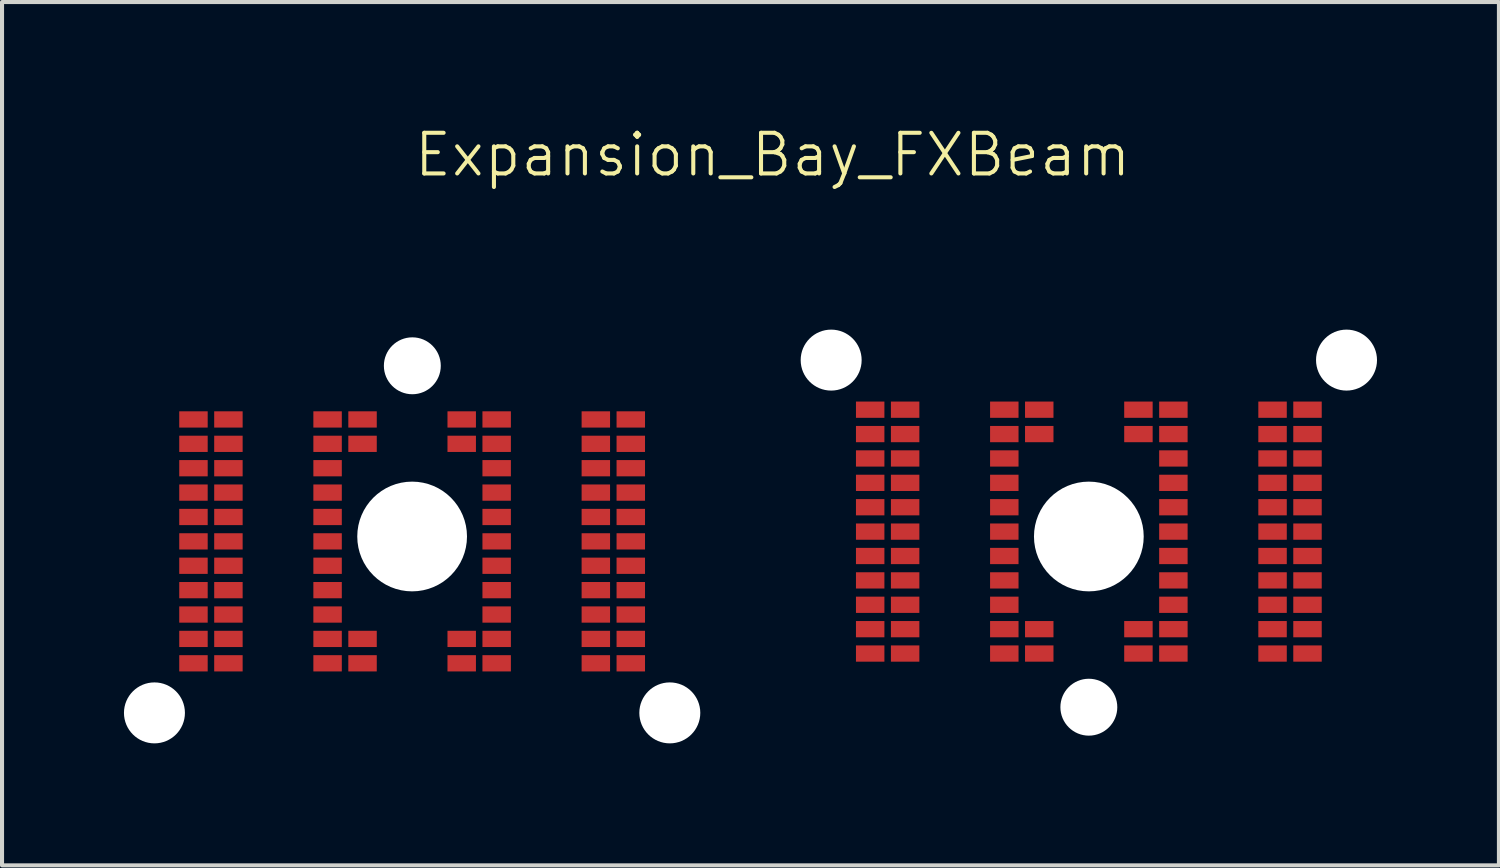
<source format=kicad_pcb>
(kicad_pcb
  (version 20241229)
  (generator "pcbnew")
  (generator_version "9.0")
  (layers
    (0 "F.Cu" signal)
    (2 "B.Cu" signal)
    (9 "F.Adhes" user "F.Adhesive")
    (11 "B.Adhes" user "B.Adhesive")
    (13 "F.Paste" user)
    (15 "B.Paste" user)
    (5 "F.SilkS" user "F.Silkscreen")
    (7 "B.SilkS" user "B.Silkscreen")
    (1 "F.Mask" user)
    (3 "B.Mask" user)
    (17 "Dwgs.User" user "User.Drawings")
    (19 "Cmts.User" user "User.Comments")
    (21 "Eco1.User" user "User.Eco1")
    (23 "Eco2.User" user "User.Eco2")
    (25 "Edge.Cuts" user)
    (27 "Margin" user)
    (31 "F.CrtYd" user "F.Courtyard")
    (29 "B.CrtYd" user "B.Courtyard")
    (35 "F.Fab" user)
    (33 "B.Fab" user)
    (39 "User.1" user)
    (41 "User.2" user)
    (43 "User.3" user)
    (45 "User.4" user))
  (footprint "Expansion_Bay_FXBeam"
    (layer "F.Cu")
    (at 15.42 10.15)
    (property "Reference" "Expansion_Bay_FXBeam" (at 0.54 -9.39 0) (unlocked yes) (layer "F.SilkS") (effects (font (size 1 1) (thickness 0.1))))
    (attr smd)
    (pad "" np_thru_hole circle (at -14.67 4.34) (size 1.5 1.5) (drill 1.5) (layers "*.Cu" "*.Mask"))
    (pad "" np_thru_hole circle (at -8.33 0) (size 2.7 2.7) (drill 2.7) (layers "*.Cu" "*.Mask"))
    (pad "" np_thru_hole circle (at -8.325 -4.2) (size 1.4 1.4) (drill 1.4) (layers "*.Cu" "*.Mask"))
    (pad "" np_thru_hole circle (at -1.99 4.34) (size 1.5 1.5) (drill 1.5) (layers "*.Cu" "*.Mask"))
    (pad "" np_thru_hole circle (at 1.98 -4.34) (size 1.5 1.5) (drill 1.5) (layers "*.Cu" "*.Mask"))
    (pad "" np_thru_hole circle (at 8.32 0) (size 2.7 2.7) (drill 2.7) (layers "*.Cu" "*.Mask"))
    (pad "" np_thru_hole circle (at 8.32 4.2) (size 1.4 1.4) (drill 1.4) (layers "*.Cu" "*.Mask"))
    (pad "" np_thru_hole circle (at 14.66 -4.34) (size 1.5 1.5) (drill 1.5) (layers "*.Cu" "*.Mask"))
    (pad "PA1" smd rect (at -2.95 -2.88) (size 0.7 0.4) (layers "F.Cu" "F.Mask" "F.Paste"))
    (pad "PA2" smd rect (at -3.81 -2.88) (size 0.7 0.4) (layers "F.Cu" "F.Mask" "F.Paste"))
    (pad "PA3" smd rect (at -6.25 -2.88) (size 0.7 0.4) (layers "F.Cu" "F.Mask" "F.Paste"))
    (pad "PA4" smd rect (at -7.11 -2.88) (size 0.7 0.4) (layers "F.Cu" "F.Mask" "F.Paste"))
    (pad "PA5" smd rect (at -9.55 -2.88 180) (size 0.7 0.4) (layers "F.Cu" "F.Mask" "F.Paste"))
    (pad "PA6" smd rect (at -10.41 -2.88 180) (size 0.7 0.4) (layers "F.Cu" "F.Mask" "F.Paste"))
    (pad "PA7" smd rect (at -12.85 -2.88) (size 0.7 0.4) (layers "F.Cu" "F.Mask" "F.Paste"))
    (pad "PA8" smd rect (at -13.71 -2.88) (size 0.7 0.4) (layers "F.Cu" "F.Mask" "F.Paste"))
    (pad "PB1" smd rect (at -2.95 -2.28) (size 0.7 0.4) (layers "F.Cu" "F.Mask" "F.Paste"))
    (pad "PB2" smd rect (at -3.81 -2.28) (size 0.7 0.4) (layers "F.Cu" "F.Mask" "F.Paste"))
    (pad "PB3" smd rect (at -6.25 -2.28) (size 0.7 0.4) (layers "F.Cu" "F.Mask" "F.Paste"))
    (pad "PB4" smd rect (at -7.11 -2.28) (size 0.7 0.4) (layers "F.Cu" "F.Mask" "F.Paste"))
    (pad "PB5" smd rect (at -9.55 -2.28 180) (size 0.7 0.4) (layers "F.Cu" "F.Mask" "F.Paste"))
    (pad "PB6" smd rect (at -10.41 -2.28 180) (size 0.7 0.4) (layers "F.Cu" "F.Mask" "F.Paste"))
    (pad "PB7" smd rect (at -12.85 -2.28) (size 0.7 0.4) (layers "F.Cu" "F.Mask" "F.Paste"))
    (pad "PB8" smd rect (at -13.71 -2.28) (size 0.7 0.4) (layers "F.Cu" "F.Mask" "F.Paste"))
    (pad "PC1" smd rect (at -2.95 -1.68) (size 0.7 0.4) (layers "F.Cu" "F.Mask" "F.Paste"))
    (pad "PC2" smd rect (at -3.81 -1.68) (size 0.7 0.4) (layers "F.Cu" "F.Mask" "F.Paste"))
    (pad "PC3" smd rect (at -6.25 -1.68) (size 0.7 0.4) (layers "F.Cu" "F.Mask" "F.Paste"))
    (pad "PC6" smd rect (at -10.41 -1.68 180) (size 0.7 0.4) (layers "F.Cu" "F.Mask" "F.Paste"))
    (pad "PC7" smd rect (at -12.85 -1.68) (size 0.7 0.4) (layers "F.Cu" "F.Mask" "F.Paste"))
    (pad "PC8" smd rect (at -13.71 -1.68) (size 0.7 0.4) (layers "F.Cu" "F.Mask" "F.Paste"))
    (pad "PD1" smd rect (at -2.95 -1.08) (size 0.7 0.4) (layers "F.Cu" "F.Mask" "F.Paste"))
    (pad "PD2" smd rect (at -3.81 -1.08) (size 0.7 0.4) (layers "F.Cu" "F.Mask" "F.Paste"))
    (pad "PD3" smd rect (at -6.25 -1.08) (size 0.7 0.4) (layers "F.Cu" "F.Mask" "F.Paste"))
    (pad "PD6" smd rect (at -10.41 -1.08 180) (size 0.7 0.4) (layers "F.Cu" "F.Mask" "F.Paste"))
    (pad "PD7" smd rect (at -12.85 -1.08) (size 0.7 0.4) (layers "F.Cu" "F.Mask" "F.Paste"))
    (pad "PD8" smd rect (at -13.71 -1.08) (size 0.7 0.4) (layers "F.Cu" "F.Mask" "F.Paste"))
    (pad "PE1" smd rect (at -2.95 -0.48) (size 0.7 0.4) (layers "F.Cu" "F.Mask" "F.Paste"))
    (pad "PE2" smd rect (at -3.81 -0.48) (size 0.7 0.4) (layers "F.Cu" "F.Mask" "F.Paste"))
    (pad "PE3" smd rect (at -6.25 -0.48) (size 0.7 0.4) (layers "F.Cu" "F.Mask" "F.Paste"))
    (pad "PE6" smd rect (at -10.41 -0.48 180) (size 0.7 0.4) (layers "F.Cu" "F.Mask" "F.Paste"))
    (pad "PE7" smd rect (at -12.85 -0.48) (size 0.7 0.4) (layers "F.Cu" "F.Mask" "F.Paste"))
    (pad "PE8" smd rect (at -13.71 -0.48) (size 0.7 0.4) (layers "F.Cu" "F.Mask" "F.Paste"))
    (pad "PF1" smd rect (at -2.95 0.12) (size 0.7 0.4) (layers "F.Cu" "F.Mask" "F.Paste"))
    (pad "PF2" smd rect (at -3.81 0.12) (size 0.7 0.4) (layers "F.Cu" "F.Mask" "F.Paste"))
    (pad "PF3" smd rect (at -6.25 0.12) (size 0.7 0.4) (layers "F.Cu" "F.Mask" "F.Paste"))
    (pad "PF6" smd rect (at -10.41 0.12 180) (size 0.7 0.4) (layers "F.Cu" "F.Mask" "F.Paste"))
    (pad "PF7" smd rect (at -12.85 0.12) (size 0.7 0.4) (layers "F.Cu" "F.Mask" "F.Paste"))
    (pad "PF8" smd rect (at -13.71 0.12) (size 0.7 0.4) (layers "F.Cu" "F.Mask" "F.Paste"))
    (pad "PG1" smd rect (at -2.95 0.72) (size 0.7 0.4) (layers "F.Cu" "F.Mask" "F.Paste"))
    (pad "PG2" smd rect (at -3.81 0.72) (size 0.7 0.4) (layers "F.Cu" "F.Mask" "F.Paste"))
    (pad "PG3" smd rect (at -6.25 0.72) (size 0.7 0.4) (layers "F.Cu" "F.Mask" "F.Paste"))
    (pad "PG6" smd rect (at -10.41 0.72 180) (size 0.7 0.4) (layers "F.Cu" "F.Mask" "F.Paste"))
    (pad "PG7" smd rect (at -12.85 0.72) (size 0.7 0.4) (layers "F.Cu" "F.Mask" "F.Paste"))
    (pad "PG8" smd rect (at -13.71 0.72) (size 0.7 0.4) (layers "F.Cu" "F.Mask" "F.Paste"))
    (pad "PH1" smd rect (at -2.95 1.32) (size 0.7 0.4) (layers "F.Cu" "F.Mask" "F.Paste"))
    (pad "PH2" smd rect (at -3.81 1.32) (size 0.7 0.4) (layers "F.Cu" "F.Mask" "F.Paste"))
    (pad "PH3" smd rect (at -6.25 1.32) (size 0.7 0.4) (layers "F.Cu" "F.Mask" "F.Paste"))
    (pad "PH6" smd rect (at -10.41 1.32 180) (size 0.7 0.4) (layers "F.Cu" "F.Mask" "F.Paste"))
    (pad "PH7" smd rect (at -12.85 1.32) (size 0.7 0.4) (layers "F.Cu" "F.Mask" "F.Paste"))
    (pad "PH8" smd rect (at -13.71 1.32) (size 0.7 0.4) (layers "F.Cu" "F.Mask" "F.Paste"))
    (pad "PJ1" smd rect (at -10.41 1.92 180) (size 0.7 0.4) (layers "F.Cu" "F.Mask" "F.Paste"))
    (pad "PJ1" smd rect (at -2.95 1.92) (size 0.7 0.4) (layers "F.Cu" "F.Mask" "F.Paste"))
    (pad "PJ2" smd rect (at -12.85 1.92) (size 0.7 0.4) (layers "F.Cu" "F.Mask" "F.Paste"))
    (pad "PJ2" smd rect (at -3.81 1.92) (size 0.7 0.4) (layers "F.Cu" "F.Mask" "F.Paste"))
    (pad "PJ3" smd rect (at -13.71 1.92) (size 0.7 0.4) (layers "F.Cu" "F.Mask" "F.Paste"))
    (pad "PJ3" smd rect (at -6.25 1.92) (size 0.7 0.4) (layers "F.Cu" "F.Mask" "F.Paste"))
    (pad "PK1" smd rect (at -2.95 2.52) (size 0.7 0.4) (layers "F.Cu" "F.Mask" "F.Paste"))
    (pad "PK2" smd rect (at -3.81 2.52) (size 0.7 0.4) (layers "F.Cu" "F.Mask" "F.Paste"))
    (pad "PK3" smd rect (at -6.25 2.52) (size 0.7 0.4) (layers "F.Cu" "F.Mask" "F.Paste"))
    (pad "PK4" smd rect (at -7.11 2.52) (size 0.7 0.4) (layers "F.Cu" "F.Mask" "F.Paste"))
    (pad "PK5" smd rect (at -9.55 2.52 180) (size 0.7 0.4) (layers "F.Cu" "F.Mask" "F.Paste"))
    (pad "PK6" smd rect (at -10.41 2.52 180) (size 0.7 0.4) (layers "F.Cu" "F.Mask" "F.Paste"))
    (pad "PK7" smd rect (at -12.85 2.52) (size 0.7 0.4) (layers "F.Cu" "F.Mask" "F.Paste"))
    (pad "PK8" smd rect (at -13.71 2.52) (size 0.7 0.4) (layers "F.Cu" "F.Mask" "F.Paste"))
    (pad "PL1" smd rect (at -2.95 3.12) (size 0.7 0.4) (layers "F.Cu" "F.Mask" "F.Paste"))
    (pad "PL2" smd rect (at -3.81 3.12) (size 0.7 0.4) (layers "F.Cu" "F.Mask" "F.Paste"))
    (pad "PL3" smd rect (at -6.25 3.12) (size 0.7 0.4) (layers "F.Cu" "F.Mask" "F.Paste"))
    (pad "PL4" smd rect (at -7.11 3.12) (size 0.7 0.4) (layers "F.Cu" "F.Mask" "F.Paste"))
    (pad "PL5" smd rect (at -9.55 3.12 180) (size 0.7 0.4) (layers "F.Cu" "F.Mask" "F.Paste"))
    (pad "PL6" smd rect (at -10.41 3.12 180) (size 0.7 0.4) (layers "F.Cu" "F.Mask" "F.Paste"))
    (pad "PL7" smd rect (at -12.85 3.12) (size 0.7 0.4) (layers "F.Cu" "F.Mask" "F.Paste"))
    (pad "PL8" smd rect (at -13.71 3.12) (size 0.7 0.4) (layers "F.Cu" "F.Mask" "F.Paste"))
    (pad "SA1" smd rect (at 13.7 -3.12) (size 0.7 0.4) (layers "F.Cu" "F.Mask" "F.Paste"))
    (pad "SA2" smd rect (at 12.84 -3.12) (size 0.7 0.4) (layers "F.Cu" "F.Mask" "F.Paste"))
    (pad "SA3" smd rect (at 10.4 -3.12) (size 0.7 0.4) (layers "F.Cu" "F.Mask" "F.Paste"))
    (pad "SA4" smd rect (at 9.54 -3.12) (size 0.7 0.4) (layers "F.Cu" "F.Mask" "F.Paste"))
    (pad "SA5" smd rect (at 7.1 -3.12 180) (size 0.7 0.4) (layers "F.Cu" "F.Mask" "F.Paste"))
    (pad "SA6" smd rect (at 6.24 -3.12 180) (size 0.7 0.4) (layers "F.Cu" "F.Mask" "F.Paste"))
    (pad "SA7" smd rect (at 3.8 -3.12) (size 0.7 0.4) (layers "F.Cu" "F.Mask" "F.Paste"))
    (pad "SA8" smd rect (at 2.94 -3.12) (size 0.7 0.4) (layers "F.Cu" "F.Mask" "F.Paste"))
    (pad "SB1" smd rect (at 13.7 -2.52) (size 0.7 0.4) (layers "F.Cu" "F.Mask" "F.Paste"))
    (pad "SB2" smd rect (at 12.84 -2.52) (size 0.7 0.4) (layers "F.Cu" "F.Mask" "F.Paste"))
    (pad "SB3" smd rect (at 10.4 -2.52) (size 0.7 0.4) (layers "F.Cu" "F.Mask" "F.Paste"))
    (pad "SB4" smd rect (at 9.54 -2.52) (size 0.7 0.4) (layers "F.Cu" "F.Mask" "F.Paste"))
    (pad "SB5" smd rect (at 7.1 -2.52 180) (size 0.7 0.4) (layers "F.Cu" "F.Mask" "F.Paste"))
    (pad "SB6" smd rect (at 6.24 -2.52 180) (size 0.7 0.4) (layers "F.Cu" "F.Mask" "F.Paste"))
    (pad "SB7" smd rect (at 3.8 -2.52) (size 0.7 0.4) (layers "F.Cu" "F.Mask" "F.Paste"))
    (pad "SB8" smd rect (at 2.94 -2.52) (size 0.7 0.4) (layers "F.Cu" "F.Mask" "F.Paste"))
    (pad "SC1" smd rect (at 13.7 -1.92) (size 0.7 0.4) (layers "F.Cu" "F.Mask" "F.Paste"))
    (pad "SC2" smd rect (at 12.84 -1.92) (size 0.7 0.4) (layers "F.Cu" "F.Mask" "F.Paste"))
    (pad "SC3" smd rect (at 10.4 -1.92) (size 0.7 0.4) (layers "F.Cu" "F.Mask" "F.Paste"))
    (pad "SC6" smd rect (at 6.24 -1.92 180) (size 0.7 0.4) (layers "F.Cu" "F.Mask" "F.Paste"))
    (pad "SC7" smd rect (at 3.8 -1.92) (size 0.7 0.4) (layers "F.Cu" "F.Mask" "F.Paste"))
    (pad "SC8" smd rect (at 2.94 -1.92) (size 0.7 0.4) (layers "F.Cu" "F.Mask" "F.Paste"))
    (pad "SD1" smd rect (at 13.7 -1.32) (size 0.7 0.4) (layers "F.Cu" "F.Mask" "F.Paste"))
    (pad "SD2" smd rect (at 12.84 -1.32) (size 0.7 0.4) (layers "F.Cu" "F.Mask" "F.Paste"))
    (pad "SD3" smd rect (at 10.4 -1.32) (size 0.7 0.4) (layers "F.Cu" "F.Mask" "F.Paste"))
    (pad "SD6" smd rect (at 6.24 -1.32 180) (size 0.7 0.4) (layers "F.Cu" "F.Mask" "F.Paste"))
    (pad "SD7" smd rect (at 3.8 -1.32) (size 0.7 0.4) (layers "F.Cu" "F.Mask" "F.Paste"))
    (pad "SD8" smd rect (at 2.94 -1.32) (size 0.7 0.4) (layers "F.Cu" "F.Mask" "F.Paste"))
    (pad "SE1" smd rect (at 13.7 -0.72) (size 0.7 0.4) (layers "F.Cu" "F.Mask" "F.Paste"))
    (pad "SE2" smd rect (at 12.84 -0.72) (size 0.7 0.4) (layers "F.Cu" "F.Mask" "F.Paste"))
    (pad "SE3" smd rect (at 10.4 -0.72) (size 0.7 0.4) (layers "F.Cu" "F.Mask" "F.Paste"))
    (pad "SE6" smd rect (at 6.24 -0.72 180) (size 0.7 0.4) (layers "F.Cu" "F.Mask" "F.Paste"))
    (pad "SE7" smd rect (at 3.8 -0.72) (size 0.7 0.4) (layers "F.Cu" "F.Mask" "F.Paste"))
    (pad "SE8" smd rect (at 2.94 -0.72) (size 0.7 0.4) (layers "F.Cu" "F.Mask" "F.Paste"))
    (pad "SF1" smd rect (at 13.7 -0.12) (size 0.7 0.4) (layers "F.Cu" "F.Mask" "F.Paste"))
    (pad "SF2" smd rect (at 12.84 -0.12) (size 0.7 0.4) (layers "F.Cu" "F.Mask" "F.Paste"))
    (pad "SF3" smd rect (at 10.4 -0.12) (size 0.7 0.4) (layers "F.Cu" "F.Mask" "F.Paste"))
    (pad "SF6" smd rect (at 6.24 -0.12 180) (size 0.7 0.4) (layers "F.Cu" "F.Mask" "F.Paste"))
    (pad "SF7" smd rect (at 3.8 -0.12) (size 0.7 0.4) (layers "F.Cu" "F.Mask" "F.Paste"))
    (pad "SF8" smd rect (at 2.94 -0.12) (size 0.7 0.4) (layers "F.Cu" "F.Mask" "F.Paste"))
    (pad "SG1" smd rect (at 13.7 0.48) (size 0.7 0.4) (layers "F.Cu" "F.Mask" "F.Paste"))
    (pad "SG2" smd rect (at 12.84 0.48) (size 0.7 0.4) (layers "F.Cu" "F.Mask" "F.Paste"))
    (pad "SG3" smd rect (at 10.4 0.48) (size 0.7 0.4) (layers "F.Cu" "F.Mask" "F.Paste"))
    (pad "SG6" smd rect (at 6.24 0.48 180) (size 0.7 0.4) (layers "F.Cu" "F.Mask" "F.Paste"))
    (pad "SG7" smd rect (at 3.8 0.48) (size 0.7 0.4) (layers "F.Cu" "F.Mask" "F.Paste"))
    (pad "SG8" smd rect (at 2.94 0.48) (size 0.7 0.4) (layers "F.Cu" "F.Mask" "F.Paste"))
    (pad "SH1" smd rect (at 13.7 1.08) (size 0.7 0.4) (layers "F.Cu" "F.Mask" "F.Paste"))
    (pad "SH2" smd rect (at 12.84 1.08) (size 0.7 0.4) (layers "F.Cu" "F.Mask" "F.Paste"))
    (pad "SH3" smd rect (at 10.4 1.08) (size 0.7 0.4) (layers "F.Cu" "F.Mask" "F.Paste"))
    (pad "SH6" smd rect (at 6.24 1.08 180) (size 0.7 0.4) (layers "F.Cu" "F.Mask" "F.Paste"))
    (pad "SH7" smd rect (at 3.8 1.08) (size 0.7 0.4) (layers "F.Cu" "F.Mask" "F.Paste"))
    (pad "SH8" smd rect (at 2.94 1.08) (size 0.7 0.4) (layers "F.Cu" "F.Mask" "F.Paste"))
    (pad "SJ1" smd rect (at 13.7 1.68) (size 0.7 0.4) (layers "F.Cu" "F.Mask" "F.Paste"))
    (pad "SJ2" smd rect (at 12.84 1.68) (size 0.7 0.4) (layers "F.Cu" "F.Mask" "F.Paste"))
    (pad "SJ3" smd rect (at 10.4 1.68) (size 0.7 0.4) (layers "F.Cu" "F.Mask" "F.Paste"))
    (pad "SJ6" smd rect (at 6.24 1.68 180) (size 0.7 0.4) (layers "F.Cu" "F.Mask" "F.Paste"))
    (pad "SJ7" smd rect (at 3.8 1.68) (size 0.7 0.4) (layers "F.Cu" "F.Mask" "F.Paste"))
    (pad "SJ8" smd rect (at 2.94 1.68) (size 0.7 0.4) (layers "F.Cu" "F.Mask" "F.Paste"))
    (pad "SK1" smd rect (at 13.7 2.28) (size 0.7 0.4) (layers "F.Cu" "F.Mask" "F.Paste"))
    (pad "SK2" smd rect (at 12.84 2.28) (size 0.7 0.4) (layers "F.Cu" "F.Mask" "F.Paste"))
    (pad "SK3" smd rect (at 10.4 2.28) (size 0.7 0.4) (layers "F.Cu" "F.Mask" "F.Paste"))
    (pad "SK4" smd rect (at 9.54 2.28) (size 0.7 0.4) (layers "F.Cu" "F.Mask" "F.Paste"))
    (pad "SK5" smd rect (at 7.1 2.28 180) (size 0.7 0.4) (layers "F.Cu" "F.Mask" "F.Paste"))
    (pad "SK6" smd rect (at 6.24 2.28 180) (size 0.7 0.4) (layers "F.Cu" "F.Mask" "F.Paste"))
    (pad "SK7" smd rect (at 3.8 2.28) (size 0.7 0.4) (layers "F.Cu" "F.Mask" "F.Paste"))
    (pad "SK8" smd rect (at 2.94 2.28) (size 0.7 0.4) (layers "F.Cu" "F.Mask" "F.Paste"))
    (pad "SL1" smd rect (at 13.7 2.88) (size 0.7 0.4) (layers "F.Cu" "F.Mask" "F.Paste"))
    (pad "SL2" smd rect (at 12.84 2.88) (size 0.7 0.4) (layers "F.Cu" "F.Mask" "F.Paste"))
    (pad "SL3" smd rect (at 10.4 2.88) (size 0.7 0.4) (layers "F.Cu" "F.Mask" "F.Paste"))
    (pad "SL4" smd rect (at 9.54 2.88) (size 0.7 0.4) (layers "F.Cu" "F.Mask" "F.Paste"))
    (pad "SL5" smd rect (at 7.1 2.88 180) (size 0.7 0.4) (layers "F.Cu" "F.Mask" "F.Paste"))
    (pad "SL6" smd rect (at 6.24 2.88 180) (size 0.7 0.4) (layers "F.Cu" "F.Mask" "F.Paste"))
    (pad "SL7" smd rect (at 3.8 2.88) (size 0.7 0.4) (layers "F.Cu" "F.Mask" "F.Paste"))
    (pad "SL8" smd rect (at 2.94 2.88) (size 0.7 0.4) (layers "F.Cu" "F.Mask" "F.Paste")))
  (gr_rect
    (start -3 -3)
    (end 33.83 18.241)
    (stroke (width 0.1) (type default))
    (fill no)
    (layer "Edge.Cuts")))
</source>
